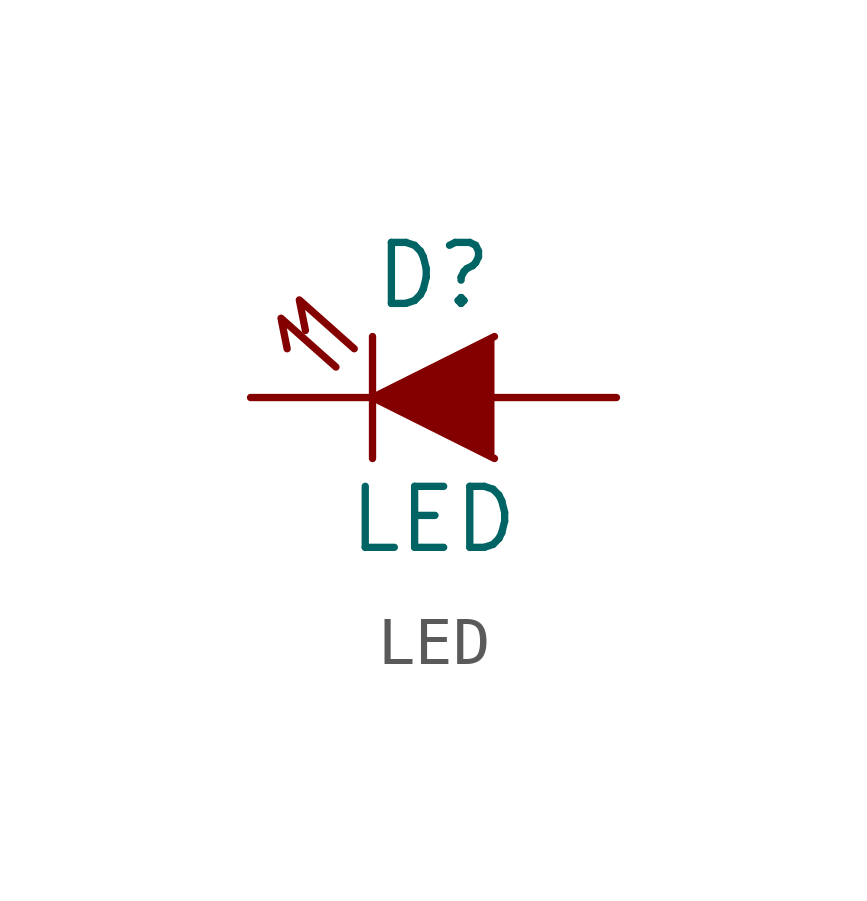
<source format=kicad_sym>
(kicad_symbol_lib
  (version 20201005)
  (generator kicad_symbol_editor)
  (symbol "diode:LED"
    (pin_numbers hide)
    (pin_names
      (offset 1.016) hide)
    (property "Reference" "D"
      (at 0 2.54 0)
      (effects (font (size 1.27 1.27))))
    (property "Value" "LED"
      (at 0 -2.54 0)
      (effects (font (size 1.27 1.27))))
    (property "Footprint" ""
      (at 0 0 0)
      (effects (font (size 1.524 1.524))))
    (property "Datasheet" ""
      (at 0 0 0)
      (effects (font (size 1.524 1.524))))
    (symbol "LED_0_1"
      (polyline (pts (xy -1.27 -1.27) (xy -1.27 1.27)) (stroke (width 0)) (fill (type none)))
      (polyline (pts (xy 1.27 -1.27) (xy -1.27 0) (xy 1.27 1.27)) (stroke (width 0)) (fill (type outline)))
      (polyline (pts (xy -1.651 1.016) (xy -2.794 2.032) (xy -2.667 1.397)) (stroke (width 0)) (fill (type none)))
      (polyline (pts (xy -2.032 0.635) (xy -3.175 1.651) (xy -3.048 1.016)) (stroke (width 0)) (fill (type none))))
    (symbol "LED_1_1"
      (pin passive line (at 3.81 0 180) (length 2.54) (name "A" (effects (font (size 1.016 1.016)))) (number "A" (effects (font (size 1.016 1.016)))))
      (pin passive line (at -3.81 0 0) (length 2.54) (name "K" (effects (font (size 1.016 1.016)))) (number "C" (effects (font (size 1.016 1.016))))))))
</source>
